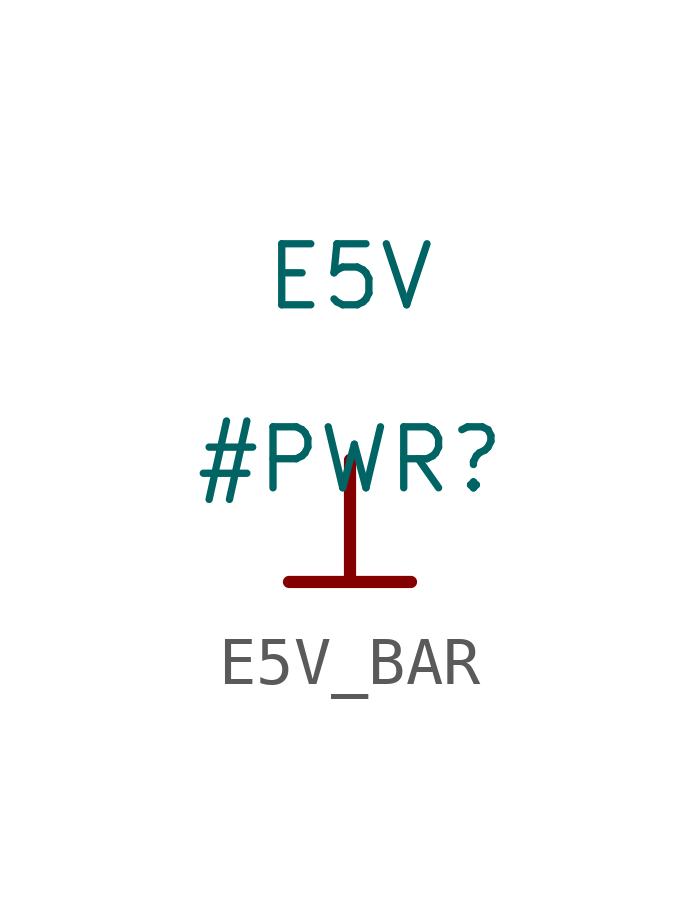
<source format=kicad_sym>
(kicad_symbol_lib
  (version 20231120)
  (generator "kicad_symbol_editor")
  (generator_version "8.0")
  (symbol "E5V_BAR"
    (power)
    (property "Reference" "#PWR"
      (at 0 0 0)
      (effects (font (size 1.27 1.27))))
    (property "Value" "E5V"
      (at 0 3.81 0)
      (effects (font (size 1.27 1.27))))
    (symbol "E5V_BAR_0_0"
      (polyline (pts (xy -1.27 -2.54) (xy 1.27 -2.54)) (stroke (width 0.254) (type solid)) (fill (type none)))
      (polyline (pts (xy 0 0) (xy 0 -2.54)) (stroke (width 0.254) (type solid)) (fill (type none)))
      (pin power_in line (at 0 0 0) (length 0) hide (name "E5V" (effects (font (size 1.27 1.27)))) (number "" (effects (font (size 1.27 1.27))))))))
</source>
